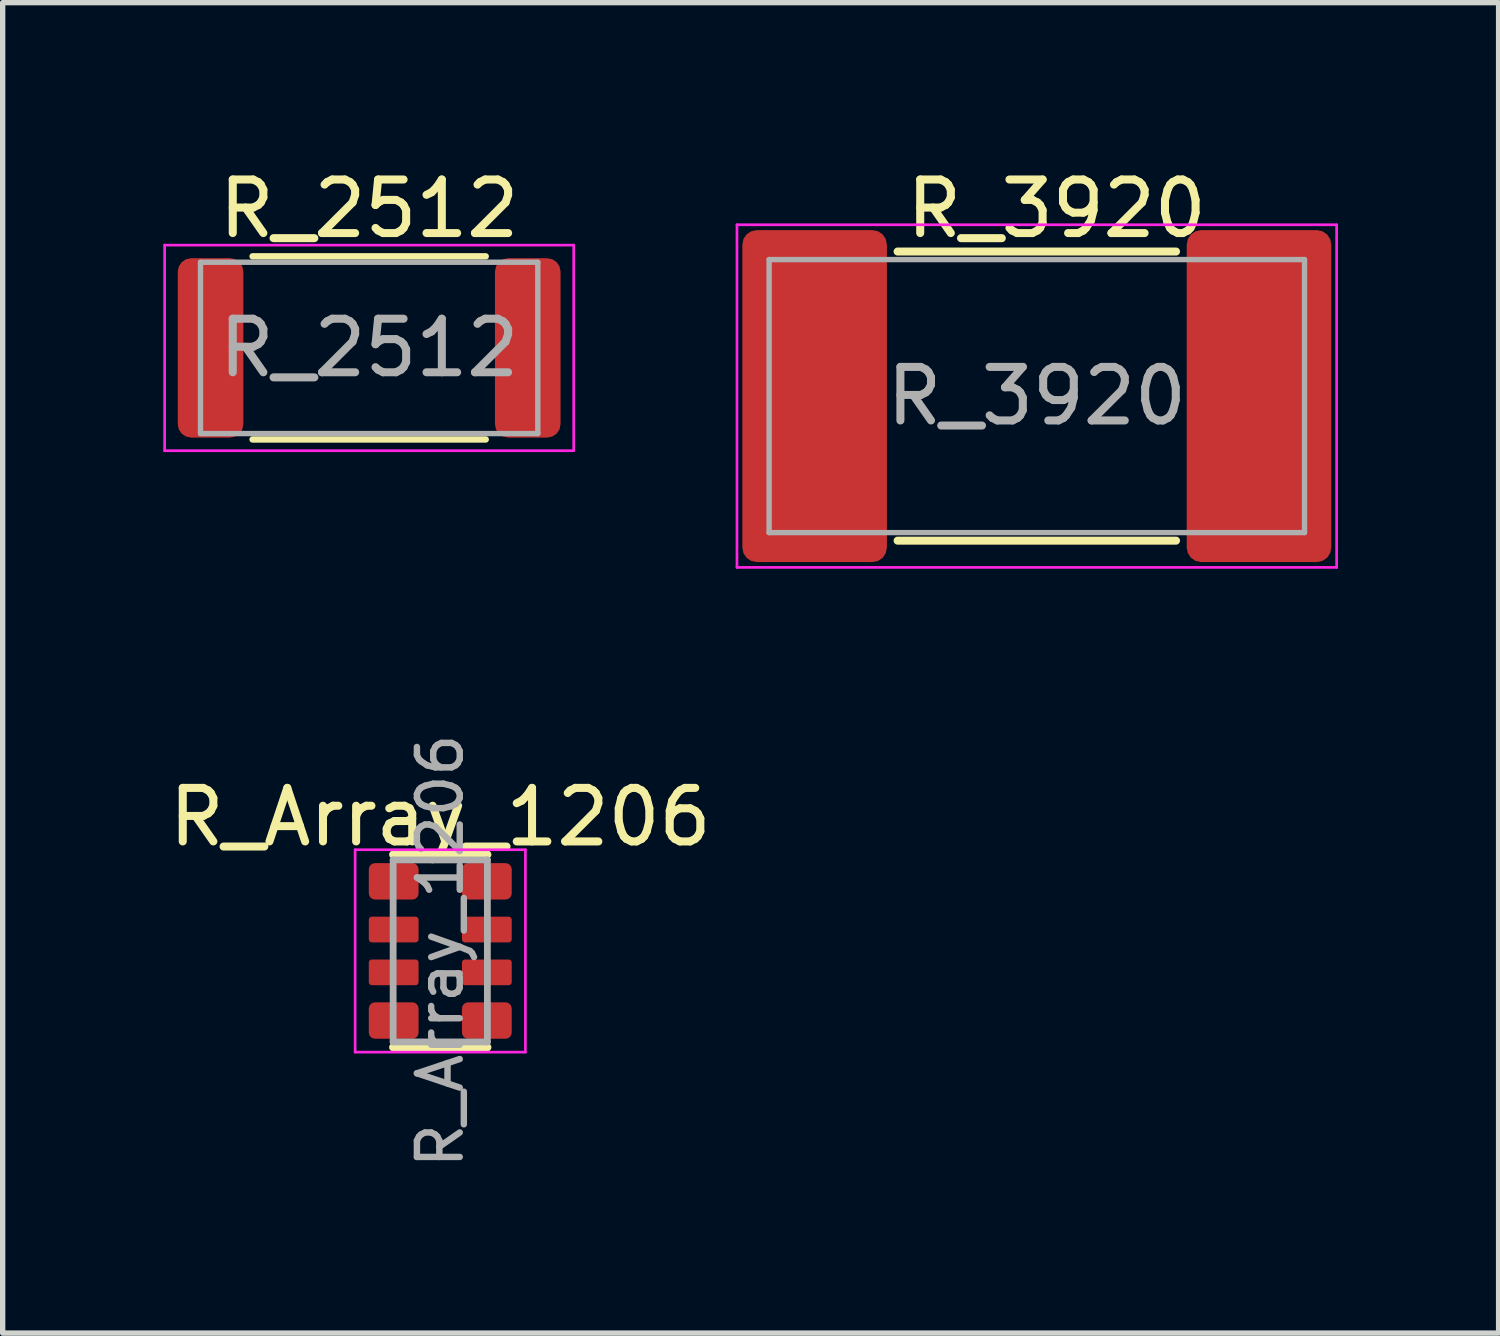
<source format=kicad_pcb>
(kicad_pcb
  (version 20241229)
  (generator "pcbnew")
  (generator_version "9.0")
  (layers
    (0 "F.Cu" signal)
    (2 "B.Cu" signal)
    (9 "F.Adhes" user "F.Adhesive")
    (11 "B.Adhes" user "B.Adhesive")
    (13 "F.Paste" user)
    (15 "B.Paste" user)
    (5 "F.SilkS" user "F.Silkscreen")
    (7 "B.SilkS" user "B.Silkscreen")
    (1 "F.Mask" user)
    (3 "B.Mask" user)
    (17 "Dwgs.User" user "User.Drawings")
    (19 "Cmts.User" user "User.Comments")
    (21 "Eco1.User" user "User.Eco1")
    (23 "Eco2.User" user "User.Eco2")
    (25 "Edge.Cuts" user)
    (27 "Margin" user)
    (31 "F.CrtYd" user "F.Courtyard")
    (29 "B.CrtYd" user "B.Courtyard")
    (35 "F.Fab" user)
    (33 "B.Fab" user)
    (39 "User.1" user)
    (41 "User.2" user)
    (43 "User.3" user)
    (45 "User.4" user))
  (footprint "R_Array_1206"
    (layer "F.Cu")
    (at 5.173 14.711)
    (property "Reference" "R_Array_1206" (at 0 -2.5 0) (layer "F.SilkS") (effects (font (size 1 1) (thickness 0.15))))
    (attr smd)
    (fp_line (start -0.88 -1.8) (end 0.88 -1.8) (stroke (width 0.15) (type solid)) (layer "F.SilkS"))
    (fp_line (start -0.88 1.8) (end 0.88 1.8) (stroke (width 0.15) (type solid)) (layer "F.SilkS"))
    (fp_line (start -1.59 -1.89) (end 1.59 -1.89) (stroke (width 0.05) (type solid)) (layer "F.CrtYd"))
    (fp_line (start -1.59 1.89) (end -1.59 -1.89) (stroke (width 0.05) (type solid)) (layer "F.CrtYd"))
    (fp_line (start 1.59 -1.89) (end 1.59 1.89) (stroke (width 0.05) (type solid)) (layer "F.CrtYd"))
    (fp_line (start 1.59 1.89) (end -1.59 1.89) (stroke (width 0.05) (type solid)) (layer "F.CrtYd"))
    (fp_line (start -0.88 -1.7) (end 0.88 -1.7) (stroke (width 0.127) (type solid)) (layer "F.Fab"))
    (fp_line (start -0.88 1.7) (end -0.88 -1.7) (stroke (width 0.127) (type solid)) (layer "F.Fab"))
    (fp_line (start 0.88 -1.7) (end 0.88 1.7) (stroke (width 0.127) (type solid)) (layer "F.Fab"))
    (fp_line (start 0.88 1.7) (end -0.88 1.7) (stroke (width 0.127) (type solid)) (layer "F.Fab"))
    (fp_text user "${REFERENCE}" (at 0 0 270) (layer "F.Fab") (effects (font (size 0.8 0.8) (thickness 0.12))))
    (pad "1" smd roundrect (at -0.87 -1.3) (size 0.93 0.68) (layers "F.Cu" "F.Mask" "F.Paste") (roundrect_rratio 0.17))
    (pad "2" smd roundrect (at -0.87 -0.4) (size 0.93 0.48) (layers "F.Cu" "F.Mask" "F.Paste") (roundrect_rratio 0.12))
    (pad "3" smd roundrect (at -0.87 0.4) (size 0.93 0.48) (layers "F.Cu" "F.Mask" "F.Paste") (roundrect_rratio 0.12))
    (pad "4" smd roundrect (at -0.87 1.3) (size 0.93 0.68) (layers "F.Cu" "F.Mask" "F.Paste") (roundrect_rratio 0.17))
    (pad "5" smd roundrect (at 0.87 1.3 180) (size 0.93 0.68) (layers "F.Cu" "F.Mask" "F.Paste") (roundrect_rratio 0.17))
    (pad "6" smd roundrect (at 0.87 0.4 180) (size 0.93 0.48) (layers "F.Cu" "F.Mask" "F.Paste") (roundrect_rratio 0.12))
    (pad "7" smd roundrect (at 0.87 -0.4 180) (size 0.93 0.48) (layers "F.Cu" "F.Mask" "F.Paste") (roundrect_rratio 0.12))
    (pad "8" smd roundrect (at 0.87 -1.3 180) (size 0.93 0.68) (layers "F.Cu" "F.Mask" "F.Paste") (roundrect_rratio 0.17)))
  (footprint "R_3920"
    (layer "F.Cu")
    (at 16.315 4.348)
    (property "Reference" "R_3920" (at 0.37 -3.5 0) (layer "F.SilkS") (effects (font (size 1 1) (thickness 0.15))))
    (attr smd)
    (fp_line (start -2.6 -2.7) (end 2.6 -2.7) (stroke (width 0.15) (type solid)) (layer "F.SilkS"))
    (fp_line (start -2.6 2.7) (end 2.6 2.7) (stroke (width 0.15) (type solid)) (layer "F.SilkS"))
    (fp_line (start -5.6 -3.2) (end 5.6 -3.2) (stroke (width 0.05) (type solid)) (layer "F.CrtYd"))
    (fp_line (start -5.6 3.2) (end -5.6 -3.2) (stroke (width 0.05) (type solid)) (layer "F.CrtYd"))
    (fp_line (start 5.6 -3.2) (end 5.6 3.2) (stroke (width 0.05) (type solid)) (layer "F.CrtYd"))
    (fp_line (start 5.6 3.2) (end -5.6 3.2) (stroke (width 0.05) (type solid)) (layer "F.CrtYd"))
    (fp_line (start -5 -2.55) (end 5 -2.55) (stroke (width 0.1) (type solid)) (layer "F.Fab"))
    (fp_line (start -5 2.55) (end -5 -2.55) (stroke (width 0.1) (type solid)) (layer "F.Fab"))
    (fp_line (start 5 -2.55) (end 5 2.55) (stroke (width 0.1) (type solid)) (layer "F.Fab"))
    (fp_line (start 5 2.55) (end -5 2.55) (stroke (width 0.1) (type solid)) (layer "F.Fab"))
    (fp_text user "${REFERENCE}" (at 0 0 0) (layer "F.Fab") (effects (font (size 1 1) (thickness 0.15))))
    (pad "1" smd roundrect (at -4.15 0) (size 2.7 6.2) (layers "F.Cu" "F.Mask" "F.Paste") (roundrect_rratio 0.1))
    (pad "2" smd roundrect (at 4.15 0) (size 2.7 6.2) (layers "F.Cu" "F.Mask" "F.Paste") (roundrect_rratio 0.1)))
  (footprint "R_2512"
    (layer "F.Cu")
    (at 3.845 3.448)
    (property "Reference" "R_2512" (at 0 -2.6 0) (layer "F.SilkS") (effects (font (size 1 1) (thickness 0.15))))
    (attr through_hole)
    (fp_line (start -2.177 -1.71) (end 2.177 -1.71) (stroke (width 0.12) (type solid)) (layer "F.SilkS"))
    (fp_line (start -2.177 1.71) (end 2.177 1.71) (stroke (width 0.12) (type solid)) (layer "F.SilkS"))
    (fp_line (start -3.82 -1.92) (end 3.82 -1.92) (stroke (width 0.05) (type solid)) (layer "F.CrtYd"))
    (fp_line (start -3.82 1.92) (end -3.82 -1.92) (stroke (width 0.05) (type solid)) (layer "F.CrtYd"))
    (fp_line (start 3.82 -1.92) (end 3.82 1.92) (stroke (width 0.05) (type solid)) (layer "F.CrtYd"))
    (fp_line (start 3.82 1.92) (end -3.82 1.92) (stroke (width 0.05) (type solid)) (layer "F.CrtYd"))
    (fp_line (start -3.15 -1.6) (end 3.15 -1.6) (stroke (width 0.1) (type solid)) (layer "F.Fab"))
    (fp_line (start -3.15 1.6) (end -3.15 -1.6) (stroke (width 0.1) (type solid)) (layer "F.Fab"))
    (fp_line (start 3.15 -1.6) (end 3.15 1.6) (stroke (width 0.1) (type solid)) (layer "F.Fab"))
    (fp_line (start 3.15 1.6) (end -3.15 1.6) (stroke (width 0.1) (type solid)) (layer "F.Fab"))
    (fp_text user "${REFERENCE}" (at 0 0 0) (layer "F.Fab") (effects (font (size 1 1) (thickness 0.15))))
    (pad "1" smd roundrect (at -2.962 0) (size 1.225 3.35) (layers "F.Cu" "F.Mask" "F.Paste") (roundrect_rratio 0.204))
    (pad "2" smd roundrect (at 2.962 0) (size 1.225 3.35) (layers "F.Cu" "F.Mask" "F.Paste") (roundrect_rratio 0.204)))
  (gr_rect
    (start -3 -3)
    (end 24.94 21.849)
    (stroke (width 0.1) (type default))
    (fill no)
    (layer "Edge.Cuts")))
</source>
